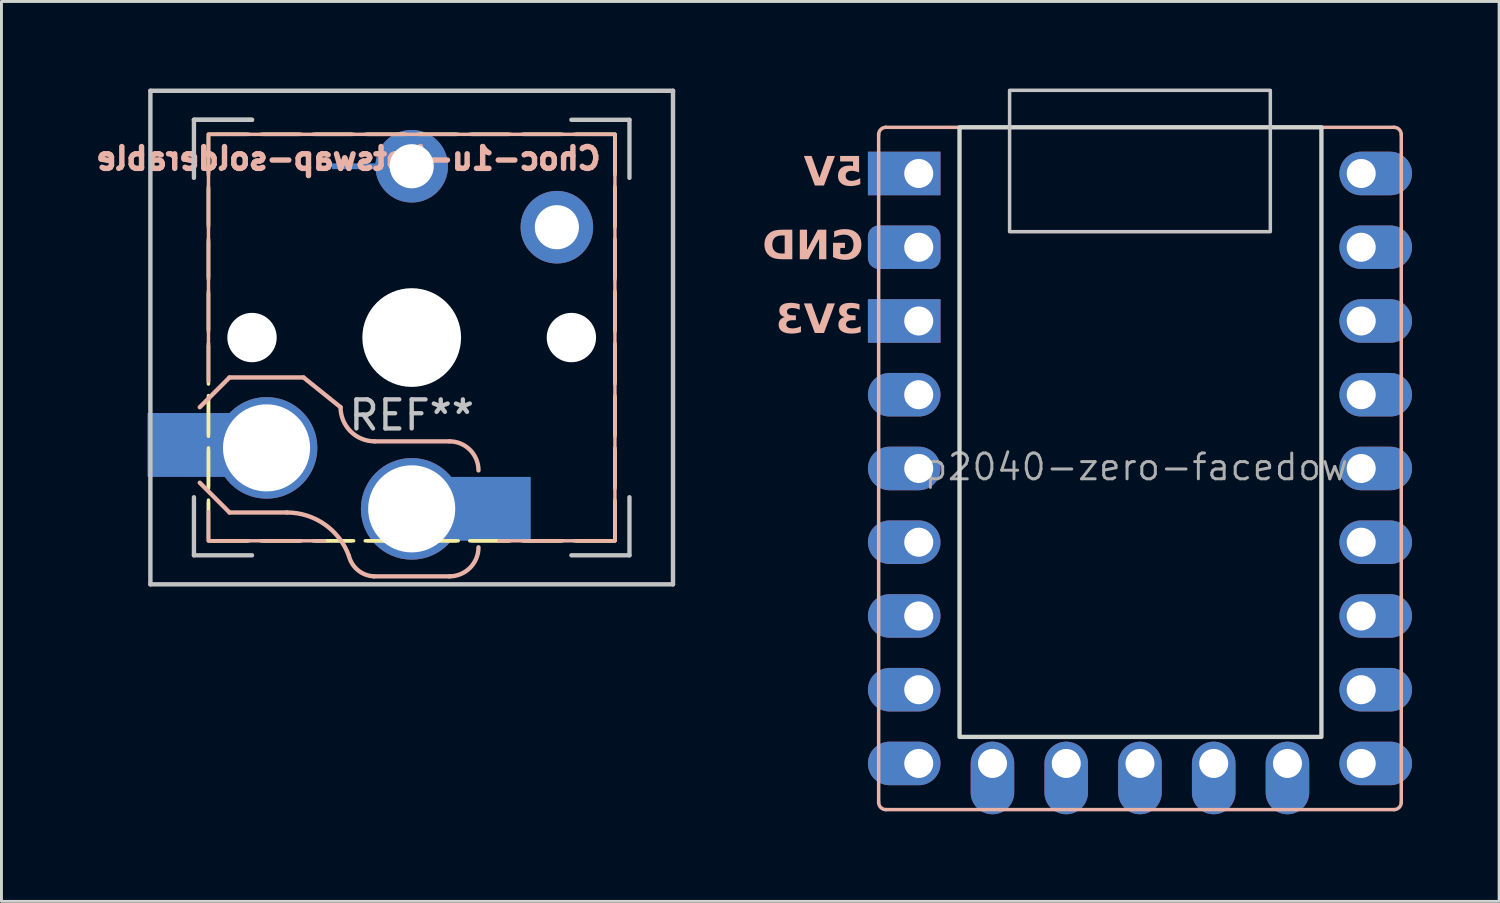
<source format=kicad_pcb>
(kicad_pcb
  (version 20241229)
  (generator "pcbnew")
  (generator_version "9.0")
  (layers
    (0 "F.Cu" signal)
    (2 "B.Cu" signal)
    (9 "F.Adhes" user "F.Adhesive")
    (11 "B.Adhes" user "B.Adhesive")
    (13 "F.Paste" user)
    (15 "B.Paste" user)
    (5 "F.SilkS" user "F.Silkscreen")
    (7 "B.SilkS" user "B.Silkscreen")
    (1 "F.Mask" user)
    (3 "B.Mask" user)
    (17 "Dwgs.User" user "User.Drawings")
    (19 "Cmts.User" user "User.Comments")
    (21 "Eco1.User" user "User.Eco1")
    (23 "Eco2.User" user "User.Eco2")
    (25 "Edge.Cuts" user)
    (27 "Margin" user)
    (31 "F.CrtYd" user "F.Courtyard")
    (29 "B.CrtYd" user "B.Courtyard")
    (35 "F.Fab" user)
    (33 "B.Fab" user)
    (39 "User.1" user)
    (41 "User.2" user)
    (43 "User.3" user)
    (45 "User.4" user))
  (footprint "rp2040-zero-facedown"
    (layer "F.Cu")
    (at 36.213 13.085)
    (property "Reference" "rp2040-zero-facedown" (at 0 -0.05 0) (layer "F.Fab") (effects (font (size 0.889 0.889) (thickness 0.102))))
    (attr through_hole exclude_from_pos_files)
    (fp_line (start -9 11.5) (end -9 -11.5) (stroke (width 0.12) (type default)) (layer "B.SilkS"))
    (fp_line (start -8.75 -11.75) (end 8.75 -11.75) (stroke (width 0.12) (type default)) (layer "B.SilkS"))
    (fp_line (start 8.75 11.75) (end -8.75 11.75) (stroke (width 0.12) (type default)) (layer "B.SilkS"))
    (fp_line (start 9 -11.5) (end 9 11.5) (stroke (width 0.12) (type default)) (layer "B.SilkS"))
    (fp_arc (start -9 -11.5) (mid -8.926777 -11.676777) (end -8.75 -11.75) (stroke (width 0.12) (type default)) (layer "B.SilkS"))
    (fp_arc (start -8.75 11.75) (mid -8.926777 11.676777) (end -9 11.5) (stroke (width 0.12) (type default)) (layer "B.SilkS"))
    (fp_arc (start 8.75 -11.75) (mid 8.926777 -11.676777) (end 9 -11.5) (stroke (width 0.12) (type default)) (layer "B.SilkS"))
    (fp_arc (start 9 11.5) (mid 8.926777 11.676777) (end 8.75 11.75) (stroke (width 0.12) (type default)) (layer "B.SilkS"))
    (fp_rect (start -4.49 -13.025) (end 4.49 -8.155) (stroke (width 0.12) (type solid)) (fill no) (layer "Dwgs.User"))
    (fp_rect (start -6.215 -11.75) (end 6.25 9.245) (stroke (width 0.15) (type solid)) (fill no) (layer "Edge.Cuts"))
    (fp_text user "3V3" (at -9.525 -5.08 0) (unlocked yes) (layer "B.SilkS") (effects (font (face "Roboto Black") (size 1 1) (thickness 0.15)) (justify left mirror)))
    (fp_text user "5V" (at -9.525 -10.16 0) (unlocked yes) (layer "B.SilkS") (effects (font (face "Roboto Black") (size 1 1) (thickness 0.15)) (justify left mirror)))
    (fp_text user "GND" (at -9.525 -7.62 0) (unlocked yes) (layer "B.SilkS") (effects (font (face "Roboto Black") (size 1 1) (thickness 0.15)) (justify left mirror)))
    (pad "1" thru_hole oval (at 7.62 -10.16 180) (size 2.5 1.5) (drill 1 (offset -0.5 0)) (layers "*.Cu" "*.Mask"))
    (pad "2" thru_hole oval (at 7.62 -7.62 180) (size 2.5 1.5) (drill 1 (offset -0.5 0)) (layers "*.Cu" "*.Mask"))
    (pad "3" thru_hole oval (at 7.62 -5.08 180) (size 2.5 1.5) (drill 1 (offset -0.5 0)) (layers "*.Cu" "*.Mask"))
    (pad "4" thru_hole oval (at 7.62 -2.54 180) (size 2.5 1.5) (drill 1 (offset -0.5 0)) (layers "*.Cu" "*.Mask"))
    (pad "5" thru_hole oval (at 7.62 0 180) (size 2.5 1.5) (drill 1 (offset -0.5 0)) (layers "*.Cu" "*.Mask"))
    (pad "6" thru_hole oval (at 7.62 2.54 180) (size 2.5 1.5) (drill 1 (offset -0.5 0)) (layers "*.Cu" "*.Mask"))
    (pad "7" thru_hole oval (at 7.62 5.08 180) (size 2.5 1.5) (drill 1 (offset -0.5 0)) (layers "*.Cu" "*.Mask"))
    (pad "8" thru_hole oval (at 7.62 7.62 180) (size 2.5 1.5) (drill 1 (offset -0.5 0)) (layers "*.Cu" "*.Mask"))
    (pad "9" thru_hole oval (at 7.62 10.16 180) (size 2.5 1.5) (drill 1 (offset -0.5 0)) (layers "*.Cu" "*.Mask"))
    (pad "10" thru_hole oval (at 5.08 10.16 90) (size 2.5 1.5) (drill 1 (offset -0.5 0)) (layers "*.Cu" "*.Mask"))
    (pad "11" thru_hole oval (at 2.54 10.16 90) (size 2.5 1.5) (drill 1 (offset -0.5 0)) (layers "*.Cu" "*.Mask"))
    (pad "12" thru_hole oval (at 0 10.16 90) (size 2.5 1.5) (drill 1 (offset -0.5 0)) (layers "*.Cu" "*.Mask"))
    (pad "13" thru_hole oval (at -2.54 10.16 90) (size 2.5 1.5) (drill 1 (offset -0.5 0)) (layers "*.Cu" "*.Mask"))
    (pad "14" thru_hole oval (at -5.08 10.16 90) (size 2.5 1.5) (drill 1 (offset -0.5 0)) (layers "*.Cu" "*.Mask"))
    (pad "15" thru_hole oval (at -7.62 10.16) (size 2.5 1.5) (drill 1 (offset -0.5 0)) (layers "*.Cu" "*.Mask"))
    (pad "16" thru_hole oval (at -7.62 7.62) (size 2.5 1.5) (drill 1 (offset -0.5 0)) (layers "*.Cu" "*.Mask"))
    (pad "17" thru_hole oval (at -7.62 5.08) (size 2.5 1.5) (drill 1 (offset -0.5 0)) (layers "*.Cu" "*.Mask"))
    (pad "18" thru_hole oval (at -7.62 2.54) (size 2.5 1.5) (drill 1 (offset -0.5 0)) (layers "*.Cu" "*.Mask"))
    (pad "19" thru_hole oval (at -7.62 0) (size 2.5 1.5) (drill 1 (offset -0.5 0)) (layers "*.Cu" "*.Mask"))
    (pad "20" thru_hole oval (at -7.62 -2.54) (size 2.5 1.5) (drill 1 (offset -0.5 0)) (layers "*.Cu" "*.Mask"))
    (pad "21" thru_hole rect (at -7.62 -5.08) (size 2.5 1.5) (drill 1 (offset -0.5 0)) (layers "*.Cu" "*.Mask"))
    (pad "22" thru_hole roundrect (at -7.62 -7.62) (size 2.5 1.5) (drill 1 (offset -0.5 0)) (layers "*.Cu" "*.Mask") (roundrect_rratio 0.25))
    (pad "23" thru_hole rect (at -7.62 -10.16) (size 2.5 1.5) (drill 1 (offset -0.5 0)) (layers "*.Cu" "*.Mask")))
  (footprint "Choc-1u-hotswap-solderable"
    (layer "F.Cu")
    (at 11.13 8.576)
    (property "Reference" "Choc-1u-hotswap-solderable" (at 6.604 -6.604 0) (unlocked yes) (layer "B.SilkS") (effects (font (size 0.75 0.75) (thickness 0.188)) (justify left top mirror)))
    (attr through_hole)
    (fp_line (start -7 -7) (end -7 7) (stroke (width 0.12) (type dash)) (layer "F.SilkS"))
    (fp_line (start -7 7) (end 7 7) (stroke (width 0.12) (type dash)) (layer "F.SilkS"))
    (fp_line (start 7 -7) (end -7 -7) (stroke (width 0.12) (type dash)) (layer "F.SilkS"))
    (fp_line (start 7 7) (end 7 -7) (stroke (width 0.12) (type dash)) (layer "F.SilkS"))
    (fp_rect (start -7 -7) (end 7 7) (stroke (width 0.12) (type dash)) (fill no) (layer "F.SilkS"))
    (fp_line (start -7.3 2.4) (end -6.275 1.375) (stroke (width 0.15) (type solid)) (layer "B.SilkS"))
    (fp_line (start -7.3 5) (end -6.275 6.025) (stroke (width 0.15) (type solid)) (layer "B.SilkS"))
    (fp_line (start -7 -7) (end -7 1.5) (stroke (width 0.12) (type solid)) (layer "B.SilkS"))
    (fp_line (start -7 7) (end -7 6) (stroke (width 0.12) (type solid)) (layer "B.SilkS"))
    (fp_line (start -7 7) (end -3 7) (stroke (width 0.12) (type solid)) (layer "B.SilkS"))
    (fp_line (start -4.3 6.025) (end -6.275 6.025) (stroke (width 0.15) (type solid)) (layer "B.SilkS"))
    (fp_line (start -3.725 1.375) (end -6.275 1.375) (stroke (width 0.15) (type solid)) (layer "B.SilkS"))
    (fp_line (start -3.725 1.375) (end -2.45 2.4) (stroke (width 0.15) (type solid)) (layer "B.SilkS"))
    (fp_line (start 1.3 3.575) (end -1.275 3.575) (stroke (width 0.15) (type solid)) (layer "B.SilkS"))
    (fp_line (start 1.3 8.225) (end -1.3 8.225) (stroke (width 0.15) (type solid)) (layer "B.SilkS"))
    (fp_line (start 3 7) (end 7 7) (stroke (width 0.12) (type solid)) (layer "B.SilkS"))
    (fp_line (start 7 -7) (end -7 -7) (stroke (width 0.12) (type solid)) (layer "B.SilkS"))
    (fp_line (start 7 7) (end 7 -7) (stroke (width 0.12) (type solid)) (layer "B.SilkS"))
    (fp_arc (start -4.3 6.025) (mid -2.995113 6.436429) (end -2.162199 7.521904) (stroke (width 0.15) (type solid)) (layer "B.SilkS"))
    (fp_arc (start -1.300995 8.223791) (mid -1.848284 8.016021) (end -2.162199 7.521904) (stroke (width 0.15) (type solid)) (layer "B.SilkS"))
    (fp_arc (start -1.275 3.575) (mid -2.10585 3.23085) (end -2.45 2.4) (stroke (width 0.15) (type solid)) (layer "B.SilkS"))
    (fp_arc (start 1.3 3.575) (mid 2.007107 3.867894) (end 2.3 4.575) (stroke (width 0.15) (type solid)) (layer "B.SilkS"))
    (fp_arc (start 2.3 7.225) (mid 2.007107 7.932107) (end 1.3 8.225) (stroke (width 0.15) (type solid)) (layer "B.SilkS"))
    (fp_line (start -9 -8.5) (end 9 -8.5) (stroke (width 0.152) (type solid)) (layer "Dwgs.User"))
    (fp_line (start -9 8.5) (end -9 -8.5) (stroke (width 0.152) (type solid)) (layer "Dwgs.User"))
    (fp_line (start -7.5 -7.5) (end -7.5 -5.5) (stroke (width 0.15) (type solid)) (layer "Dwgs.User"))
    (fp_line (start -7.5 -7.5) (end -5.5 -7.5) (stroke (width 0.15) (type solid)) (layer "Dwgs.User"))
    (fp_line (start -7.5 7.5) (end -7.5 5.5) (stroke (width 0.15) (type solid)) (layer "Dwgs.User"))
    (fp_line (start -5.5 -7.5) (end -7.5 -7.5) (stroke (width 0.15) (type solid)) (layer "Dwgs.User"))
    (fp_line (start -5.5 7.5) (end -7.5 7.5) (stroke (width 0.15) (type solid)) (layer "Dwgs.User"))
    (fp_line (start 5.5 -7.5) (end 7.5 -7.5) (stroke (width 0.15) (type solid)) (layer "Dwgs.User"))
    (fp_line (start 5.5 7.5) (end 7.5 7.5) (stroke (width 0.15) (type solid)) (layer "Dwgs.User"))
    (fp_line (start 7.5 -7.5) (end 7.5 -5.5) (stroke (width 0.15) (type solid)) (layer "Dwgs.User"))
    (fp_line (start 7.5 7.5) (end 7.5 5.5) (stroke (width 0.15) (type solid)) (layer "Dwgs.User"))
    (fp_line (start 9 -8.5) (end 9 8.5) (stroke (width 0.152) (type solid)) (layer "Dwgs.User"))
    (fp_line (start 9 8.5) (end -9 8.5) (stroke (width 0.152) (type solid)) (layer "Dwgs.User"))
    (fp_text user "REF**" (at 0 2.675 0) (layer "Dwgs.User") (effects (font (size 1 1) (thickness 0.15))))
    (pad "" np_thru_hole circle (at -5.5 0 180) (size 1.7 1.7) (drill 1.7) (layers "*.Cu" "*.Mask"))
    (pad "" np_thru_hole circle (at 0 0 90) (size 3.4 3.4) (drill 3.4) (layers "*.Cu" "*.Mask"))
    (pad "" np_thru_hole circle (at 5.5 0 180) (size 1.7 1.7) (drill 1.7) (layers "*.Cu" "*.Mask"))
    (pad "1" thru_hole circle (at 0 5.9 90) (size 3.5 3.5) (drill 3) (layers "*.Cu" "B.Mask"))
    (pad "1" smd rect (at 2.6 5.9 180) (size 3 2.2) (layers "B.Cu" "B.Mask" "B.Paste"))
    (pad "1" thru_hole circle (at 5 -3.8 221.9) (size 2.5 2.5) (drill 1.52) (layers "*.Cu" "B.Mask"))
    (pad "2" smd rect (at -7.6 3.7 180) (size 3 2.2) (layers "B.Cu" "B.Mask" "B.Paste"))
    (pad "2" thru_hole circle (at -5 3.8 90) (size 3.5 3.5) (drill 3) (layers "*.Cu" "B.Mask"))
    (pad "2" smd rect (at -1.25 -5.9 180) (size 3 0.2) (layers "B.Cu"))
    (pad "2" thru_hole circle (at 0 -5.9) (size 2.5 2.5) (drill 1.52) (layers "*.Cu" "B.Mask")))
  (gr_rect
    (start -3 -3)
    (end 48.583 27.995)
    (stroke (width 0.1) (type default))
    (fill no)
    (layer "Edge.Cuts")))
</source>
